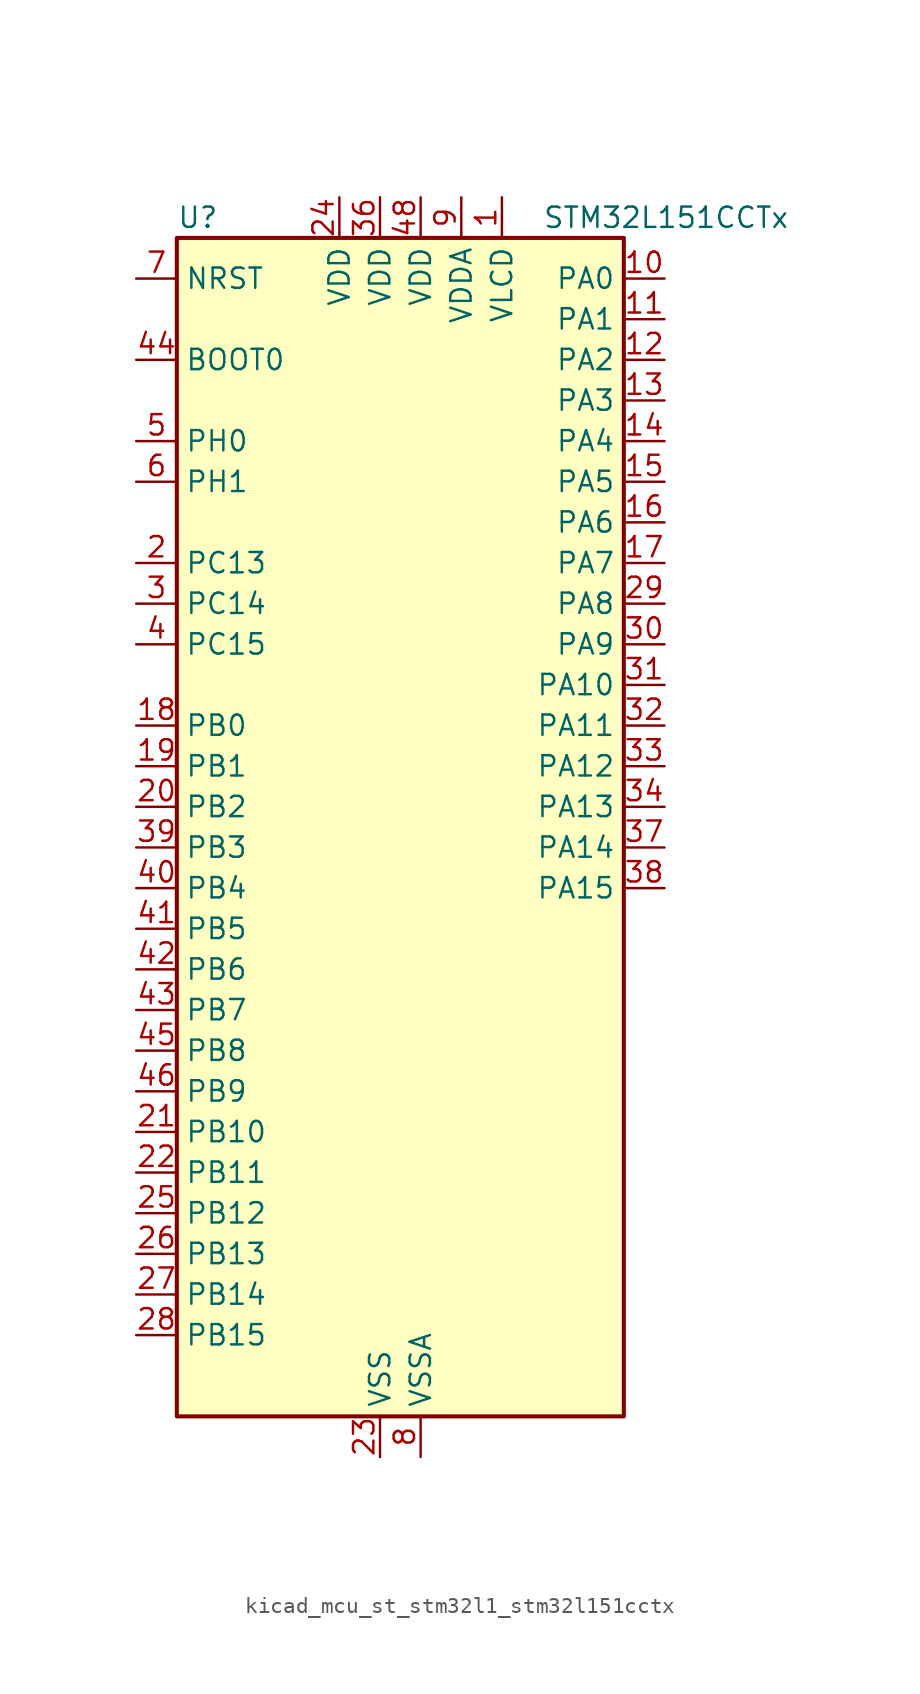
<source format=kicad_sym>
(kicad_symbol_lib
  (version 20220914)
  (generator kicad_symbol_editor)
  (symbol "kicad_mcu_st_stm32l1_stm32l151cctx"
    (property "Reference" "U"
      (at -12.7 39.37 0)
      (effects (font (size 1.27 1.27)) (justify left)))
    (property "Value" "STM32L151CCTx"
      (at 10.16 39.37 0)
      (effects (font (size 1.27 1.27)) (justify left)))
    (property "ki_locked" ""
      (at 0 0 0)
      (effects (font (size 1.27 1.27))))
    (symbol "kicad_mcu_st_stm32l1_stm32l151cctx_0_1"
      (rectangle (start -12.7 -35.56) (end 15.24 38.1) (stroke (width 0.254) (type default)) (fill (type background))))
    (symbol "kicad_mcu_st_stm32l1_stm32l151cctx_1_1"
      (pin power_in line (at 7.62 40.64 270) (length 2.54) (name "VLCD" (effects (font (size 1.27 1.27)))) (number "1" (effects (font (size 1.27 1.27)))))
      (pin bidirectional line (at 17.78 35.56 180) (length 2.54) (name "PA0" (effects (font (size 1.27 1.27)))) (number "10" (effects (font (size 1.27 1.27)))) (alternate "ADC_IN0" bidirectional line) (alternate "COMP1_INP" bidirectional line) (alternate "RTC_TAMP2" bidirectional line) (alternate "SYS_WKUP1" bidirectional line) (alternate "TIM2_CH1" bidirectional line) (alternate "TIM2_ETR" bidirectional line) (alternate "TIM5_CH1" bidirectional line) (alternate "TIMX_IC1" bidirectional line) (alternate "TS_G1_IO1" bidirectional line) (alternate "USART2_CTS" bidirectional line))
      (pin bidirectional line (at 17.78 33.02 180) (length 2.54) (name "PA1" (effects (font (size 1.27 1.27)))) (number "11" (effects (font (size 1.27 1.27)))) (alternate "ADC_IN1" bidirectional line) (alternate "COMP1_INP" bidirectional line) (alternate "OPAMP1_VINP" bidirectional line) (alternate "TIM2_CH2" bidirectional line) (alternate "TIM5_CH2" bidirectional line) (alternate "TIMX_IC2" bidirectional line) (alternate "TS_G1_IO2" bidirectional line) (alternate "USART2_RTS" bidirectional line))
      (pin bidirectional line (at 17.78 30.48 180) (length 2.54) (name "PA2" (effects (font (size 1.27 1.27)))) (number "12" (effects (font (size 1.27 1.27)))) (alternate "ADC_IN2" bidirectional line) (alternate "COMP1_INP" bidirectional line) (alternate "OPAMP1_VINM" bidirectional line) (alternate "TIM2_CH3" bidirectional line) (alternate "TIM5_CH3" bidirectional line) (alternate "TIM9_CH1" bidirectional line) (alternate "TIMX_IC3" bidirectional line) (alternate "TS_G1_IO3" bidirectional line) (alternate "USART2_TX" bidirectional line))
      (pin bidirectional line (at 17.78 27.94 180) (length 2.54) (name "PA3" (effects (font (size 1.27 1.27)))) (number "13" (effects (font (size 1.27 1.27)))) (alternate "ADC_IN3" bidirectional line) (alternate "COMP1_INP" bidirectional line) (alternate "OPAMP1_VOUT" bidirectional line) (alternate "TIM2_CH4" bidirectional line) (alternate "TIM5_CH4" bidirectional line) (alternate "TIM9_CH2" bidirectional line) (alternate "TIMX_IC4" bidirectional line) (alternate "TS_G1_IO4" bidirectional line) (alternate "USART2_RX" bidirectional line))
      (pin bidirectional line (at 17.78 25.4 180) (length 2.54) (name "PA4" (effects (font (size 1.27 1.27)))) (number "14" (effects (font (size 1.27 1.27)))) (alternate "ADC_IN4" bidirectional line) (alternate "COMP1_INP" bidirectional line) (alternate "DAC_OUT1" bidirectional line) (alternate "I2S3_WS" bidirectional line) (alternate "SPI1_NSS" bidirectional line) (alternate "SPI3_NSS" bidirectional line) (alternate "TIMX_IC1" bidirectional line) (alternate "USART2_CK" bidirectional line))
      (pin bidirectional line (at 17.78 22.86 180) (length 2.54) (name "PA5" (effects (font (size 1.27 1.27)))) (number "15" (effects (font (size 1.27 1.27)))) (alternate "ADC_IN5" bidirectional line) (alternate "COMP1_INP" bidirectional line) (alternate "DAC_OUT2" bidirectional line) (alternate "SPI1_SCK" bidirectional line) (alternate "TIM2_CH1" bidirectional line) (alternate "TIM2_ETR" bidirectional line) (alternate "TIMX_IC2" bidirectional line))
      (pin bidirectional line (at 17.78 20.32 180) (length 2.54) (name "PA6" (effects (font (size 1.27 1.27)))) (number "16" (effects (font (size 1.27 1.27)))) (alternate "ADC_IN6" bidirectional line) (alternate "COMP1_INP" bidirectional line) (alternate "OPAMP2_VINP" bidirectional line) (alternate "SPI1_MISO" bidirectional line) (alternate "TIM10_CH1" bidirectional line) (alternate "TIM3_CH1" bidirectional line) (alternate "TIMX_IC3" bidirectional line) (alternate "TS_G2_IO1" bidirectional line))
      (pin bidirectional line (at 17.78 17.78 180) (length 2.54) (name "PA7" (effects (font (size 1.27 1.27)))) (number "17" (effects (font (size 1.27 1.27)))) (alternate "ADC_IN7" bidirectional line) (alternate "COMP1_INP" bidirectional line) (alternate "OPAMP2_VINM" bidirectional line) (alternate "SPI1_MOSI" bidirectional line) (alternate "TIM11_CH1" bidirectional line) (alternate "TIM3_CH2" bidirectional line) (alternate "TIMX_IC4" bidirectional line) (alternate "TS_G2_IO2" bidirectional line))
      (pin bidirectional line (at -15.24 7.62 0) (length 2.54) (name "PB0" (effects (font (size 1.27 1.27)))) (number "18" (effects (font (size 1.27 1.27)))) (alternate "ADC_IN8" bidirectional line) (alternate "COMP1_INP" bidirectional line) (alternate "OPAMP2_VOUT" bidirectional line) (alternate "SYS_V_REF_OUT" bidirectional line) (alternate "TIM3_CH3" bidirectional line) (alternate "TS_G3_IO1" bidirectional line))
      (pin bidirectional line (at -15.24 5.08 0) (length 2.54) (name "PB1" (effects (font (size 1.27 1.27)))) (number "19" (effects (font (size 1.27 1.27)))) (alternate "ADC_IN9" bidirectional line) (alternate "COMP1_INP" bidirectional line) (alternate "SYS_V_REF_OUT" bidirectional line) (alternate "TIM3_CH4" bidirectional line) (alternate "TS_G3_IO2" bidirectional line))
      (pin bidirectional line (at -15.24 17.78 0) (length 2.54) (name "PC13" (effects (font (size 1.27 1.27)))) (number "2" (effects (font (size 1.27 1.27)))) (alternate "RTC_OUT_ALARM" bidirectional line) (alternate "RTC_OUT_CALIB" bidirectional line) (alternate "RTC_TAMP1" bidirectional line) (alternate "RTC_TS" bidirectional line) (alternate "SYS_WKUP2" bidirectional line) (alternate "TIMX_IC2" bidirectional line))
      (pin bidirectional line (at -15.24 2.54 0) (length 2.54) (name "PB2" (effects (font (size 1.27 1.27)))) (number "20" (effects (font (size 1.27 1.27)))) (alternate "TS_G3_IO3" bidirectional line))
      (pin bidirectional line (at -15.24 -17.78 0) (length 2.54) (name "PB10" (effects (font (size 1.27 1.27)))) (number "21" (effects (font (size 1.27 1.27)))) (alternate "I2C2_SCL" bidirectional line) (alternate "TIM2_CH3" bidirectional line) (alternate "USART3_TX" bidirectional line))
      (pin bidirectional line (at -15.24 -20.32 0) (length 2.54) (name "PB11" (effects (font (size 1.27 1.27)))) (number "22" (effects (font (size 1.27 1.27)))) (alternate "ADC_EXTI11" bidirectional line) (alternate "I2C2_SDA" bidirectional line) (alternate "TIM2_CH4" bidirectional line) (alternate "USART3_RX" bidirectional line))
      (pin power_in line (at 0 -38.1 90) (length 2.54) (name "VSS" (effects (font (size 1.27 1.27)))) (number "23" (effects (font (size 1.27 1.27)))))
      (pin power_in line (at -2.54 40.64 270) (length 2.54) (name "VDD" (effects (font (size 1.27 1.27)))) (number "24" (effects (font (size 1.27 1.27)))))
      (pin bidirectional line (at -15.24 -22.86 0) (length 2.54) (name "PB12" (effects (font (size 1.27 1.27)))) (number "25" (effects (font (size 1.27 1.27)))) (alternate "ADC_IN18" bidirectional line) (alternate "COMP1_INP" bidirectional line) (alternate "I2C2_SMBA" bidirectional line) (alternate "I2S2_WS" bidirectional line) (alternate "SPI2_NSS" bidirectional line) (alternate "TIM10_CH1" bidirectional line) (alternate "TS_G7_IO1" bidirectional line) (alternate "USART3_CK" bidirectional line))
      (pin bidirectional line (at -15.24 -25.4 0) (length 2.54) (name "PB13" (effects (font (size 1.27 1.27)))) (number "26" (effects (font (size 1.27 1.27)))) (alternate "ADC_IN19" bidirectional line) (alternate "COMP1_INP" bidirectional line) (alternate "I2S2_CK" bidirectional line) (alternate "SPI2_SCK" bidirectional line) (alternate "TIM9_CH1" bidirectional line) (alternate "TS_G7_IO2" bidirectional line) (alternate "USART3_CTS" bidirectional line))
      (pin bidirectional line (at -15.24 -27.94 0) (length 2.54) (name "PB14" (effects (font (size 1.27 1.27)))) (number "27" (effects (font (size 1.27 1.27)))) (alternate "ADC_IN20" bidirectional line) (alternate "COMP1_INP" bidirectional line) (alternate "SPI2_MISO" bidirectional line) (alternate "TIM9_CH2" bidirectional line) (alternate "TS_G7_IO3" bidirectional line) (alternate "USART3_RTS" bidirectional line))
      (pin bidirectional line (at -15.24 -30.48 0) (length 2.54) (name "PB15" (effects (font (size 1.27 1.27)))) (number "28" (effects (font (size 1.27 1.27)))) (alternate "ADC_EXTI15" bidirectional line) (alternate "ADC_IN21" bidirectional line) (alternate "COMP1_INP" bidirectional line) (alternate "I2S2_SD" bidirectional line) (alternate "RTC_REFIN" bidirectional line) (alternate "SPI2_MOSI" bidirectional line) (alternate "TIM11_CH1" bidirectional line) (alternate "TS_G7_IO4" bidirectional line))
      (pin bidirectional line (at 17.78 15.24 180) (length 2.54) (name "PA8" (effects (font (size 1.27 1.27)))) (number "29" (effects (font (size 1.27 1.27)))) (alternate "RCC_MCO" bidirectional line) (alternate "TIMX_IC1" bidirectional line) (alternate "TS_G4_IO1" bidirectional line) (alternate "USART1_CK" bidirectional line))
      (pin bidirectional line (at -15.24 15.24 0) (length 2.54) (name "PC14" (effects (font (size 1.27 1.27)))) (number "3" (effects (font (size 1.27 1.27)))) (alternate "RCC_OSC32_IN" bidirectional line) (alternate "TIMX_IC3" bidirectional line))
      (pin bidirectional line (at 17.78 12.7 180) (length 2.54) (name "PA9" (effects (font (size 1.27 1.27)))) (number "30" (effects (font (size 1.27 1.27)))) (alternate "DAC_EXTI9" bidirectional line) (alternate "TIMX_IC2" bidirectional line) (alternate "TS_G4_IO2" bidirectional line) (alternate "USART1_TX" bidirectional line))
      (pin bidirectional line (at 17.78 10.16 180) (length 2.54) (name "PA10" (effects (font (size 1.27 1.27)))) (number "31" (effects (font (size 1.27 1.27)))) (alternate "TIMX_IC3" bidirectional line) (alternate "TS_G4_IO3" bidirectional line) (alternate "USART1_RX" bidirectional line))
      (pin bidirectional line (at 17.78 7.62 180) (length 2.54) (name "PA11" (effects (font (size 1.27 1.27)))) (number "32" (effects (font (size 1.27 1.27)))) (alternate "ADC_EXTI11" bidirectional line) (alternate "SPI1_MISO" bidirectional line) (alternate "TIMX_IC4" bidirectional line) (alternate "USART1_CTS" bidirectional line) (alternate "USB_DM" bidirectional line))
      (pin bidirectional line (at 17.78 5.08 180) (length 2.54) (name "PA12" (effects (font (size 1.27 1.27)))) (number "33" (effects (font (size 1.27 1.27)))) (alternate "SPI1_MOSI" bidirectional line) (alternate "TIMX_IC1" bidirectional line) (alternate "USART1_RTS" bidirectional line) (alternate "USB_DP" bidirectional line))
      (pin bidirectional line (at 17.78 2.54 180) (length 2.54) (name "PA13" (effects (font (size 1.27 1.27)))) (number "34" (effects (font (size 1.27 1.27)))) (alternate "SYS_JTMS-SWDIO" bidirectional line) (alternate "TIMX_IC2" bidirectional line) (alternate "TS_G5_IO1" bidirectional line))
      (pin passive line (at 0 -38.1 90) (length 2.54) hide (name "VSS" (effects (font (size 1.27 1.27)))) (number "35" (effects (font (size 1.27 1.27)))))
      (pin power_in line (at 0 40.64 270) (length 2.54) (name "VDD" (effects (font (size 1.27 1.27)))) (number "36" (effects (font (size 1.27 1.27)))))
      (pin bidirectional line (at 17.78 0 180) (length 2.54) (name "PA14" (effects (font (size 1.27 1.27)))) (number "37" (effects (font (size 1.27 1.27)))) (alternate "SYS_JTCK-SWCLK" bidirectional line) (alternate "TIMX_IC3" bidirectional line) (alternate "TS_G5_IO2" bidirectional line))
      (pin bidirectional line (at 17.78 -2.54 180) (length 2.54) (name "PA15" (effects (font (size 1.27 1.27)))) (number "38" (effects (font (size 1.27 1.27)))) (alternate "ADC_EXTI15" bidirectional line) (alternate "I2S3_WS" bidirectional line) (alternate "SPI1_NSS" bidirectional line) (alternate "SPI3_NSS" bidirectional line) (alternate "SYS_JTDI" bidirectional line) (alternate "TIM2_CH1" bidirectional line) (alternate "TIM2_ETR" bidirectional line) (alternate "TIMX_IC4" bidirectional line) (alternate "TS_G5_IO3" bidirectional line))
      (pin bidirectional line (at -15.24 0 0) (length 2.54) (name "PB3" (effects (font (size 1.27 1.27)))) (number "39" (effects (font (size 1.27 1.27)))) (alternate "COMP2_INM" bidirectional line) (alternate "I2S3_CK" bidirectional line) (alternate "SPI1_SCK" bidirectional line) (alternate "SPI3_SCK" bidirectional line) (alternate "SYS_JTDO-TRACESWO" bidirectional line) (alternate "TIM2_CH2" bidirectional line))
      (pin bidirectional line (at -15.24 12.7 0) (length 2.54) (name "PC15" (effects (font (size 1.27 1.27)))) (number "4" (effects (font (size 1.27 1.27)))) (alternate "ADC_EXTI15" bidirectional line) (alternate "RCC_OSC32_OUT" bidirectional line) (alternate "TIMX_IC4" bidirectional line))
      (pin bidirectional line (at -15.24 -2.54 0) (length 2.54) (name "PB4" (effects (font (size 1.27 1.27)))) (number "40" (effects (font (size 1.27 1.27)))) (alternate "COMP2_INP" bidirectional line) (alternate "SPI1_MISO" bidirectional line) (alternate "SPI3_MISO" bidirectional line) (alternate "SYS_JTRST" bidirectional line) (alternate "TIM3_CH1" bidirectional line) (alternate "TS_G6_IO1" bidirectional line))
      (pin bidirectional line (at -15.24 -5.08 0) (length 2.54) (name "PB5" (effects (font (size 1.27 1.27)))) (number "41" (effects (font (size 1.27 1.27)))) (alternate "COMP2_INP" bidirectional line) (alternate "I2C1_SMBA" bidirectional line) (alternate "I2S3_SD" bidirectional line) (alternate "SPI1_MOSI" bidirectional line) (alternate "SPI3_MOSI" bidirectional line) (alternate "TIM3_CH2" bidirectional line) (alternate "TS_G6_IO2" bidirectional line))
      (pin bidirectional line (at -15.24 -7.62 0) (length 2.54) (name "PB6" (effects (font (size 1.27 1.27)))) (number "42" (effects (font (size 1.27 1.27)))) (alternate "COMP2_INP" bidirectional line) (alternate "I2C1_SCL" bidirectional line) (alternate "TIM4_CH1" bidirectional line) (alternate "TS_G6_IO3" bidirectional line) (alternate "USART1_TX" bidirectional line))
      (pin bidirectional line (at -15.24 -10.16 0) (length 2.54) (name "PB7" (effects (font (size 1.27 1.27)))) (number "43" (effects (font (size 1.27 1.27)))) (alternate "COMP2_INP" bidirectional line) (alternate "I2C1_SDA" bidirectional line) (alternate "SYS_PVD_IN" bidirectional line) (alternate "TIM4_CH2" bidirectional line) (alternate "TS_G6_IO4" bidirectional line) (alternate "USART1_RX" bidirectional line))
      (pin input line (at -15.24 30.48 0) (length 2.54) (name "BOOT0" (effects (font (size 1.27 1.27)))) (number "44" (effects (font (size 1.27 1.27)))))
      (pin bidirectional line (at -15.24 -12.7 0) (length 2.54) (name "PB8" (effects (font (size 1.27 1.27)))) (number "45" (effects (font (size 1.27 1.27)))) (alternate "I2C1_SCL" bidirectional line) (alternate "TIM10_CH1" bidirectional line) (alternate "TIM4_CH3" bidirectional line))
      (pin bidirectional line (at -15.24 -15.24 0) (length 2.54) (name "PB9" (effects (font (size 1.27 1.27)))) (number "46" (effects (font (size 1.27 1.27)))) (alternate "DAC_EXTI9" bidirectional line) (alternate "I2C1_SDA" bidirectional line) (alternate "TIM11_CH1" bidirectional line) (alternate "TIM4_CH4" bidirectional line))
      (pin passive line (at 0 -38.1 90) (length 2.54) hide (name "VSS" (effects (font (size 1.27 1.27)))) (number "47" (effects (font (size 1.27 1.27)))))
      (pin power_in line (at 2.54 40.64 270) (length 2.54) (name "VDD" (effects (font (size 1.27 1.27)))) (number "48" (effects (font (size 1.27 1.27)))))
      (pin bidirectional line (at -15.24 25.4 0) (length 2.54) (name "PH0" (effects (font (size 1.27 1.27)))) (number "5" (effects (font (size 1.27 1.27)))) (alternate "RCC_OSC_IN" bidirectional line))
      (pin bidirectional line (at -15.24 22.86 0) (length 2.54) (name "PH1" (effects (font (size 1.27 1.27)))) (number "6" (effects (font (size 1.27 1.27)))) (alternate "RCC_OSC_OUT" bidirectional line))
      (pin input line (at -15.24 35.56 0) (length 2.54) (name "NRST" (effects (font (size 1.27 1.27)))) (number "7" (effects (font (size 1.27 1.27)))))
      (pin power_in line (at 2.54 -38.1 90) (length 2.54) (name "VSSA" (effects (font (size 1.27 1.27)))) (number "8" (effects (font (size 1.27 1.27)))))
      (pin power_in line (at 5.08 40.64 270) (length 2.54) (name "VDDA" (effects (font (size 1.27 1.27)))) (number "9" (effects (font (size 1.27 1.27))))))))
</source>
